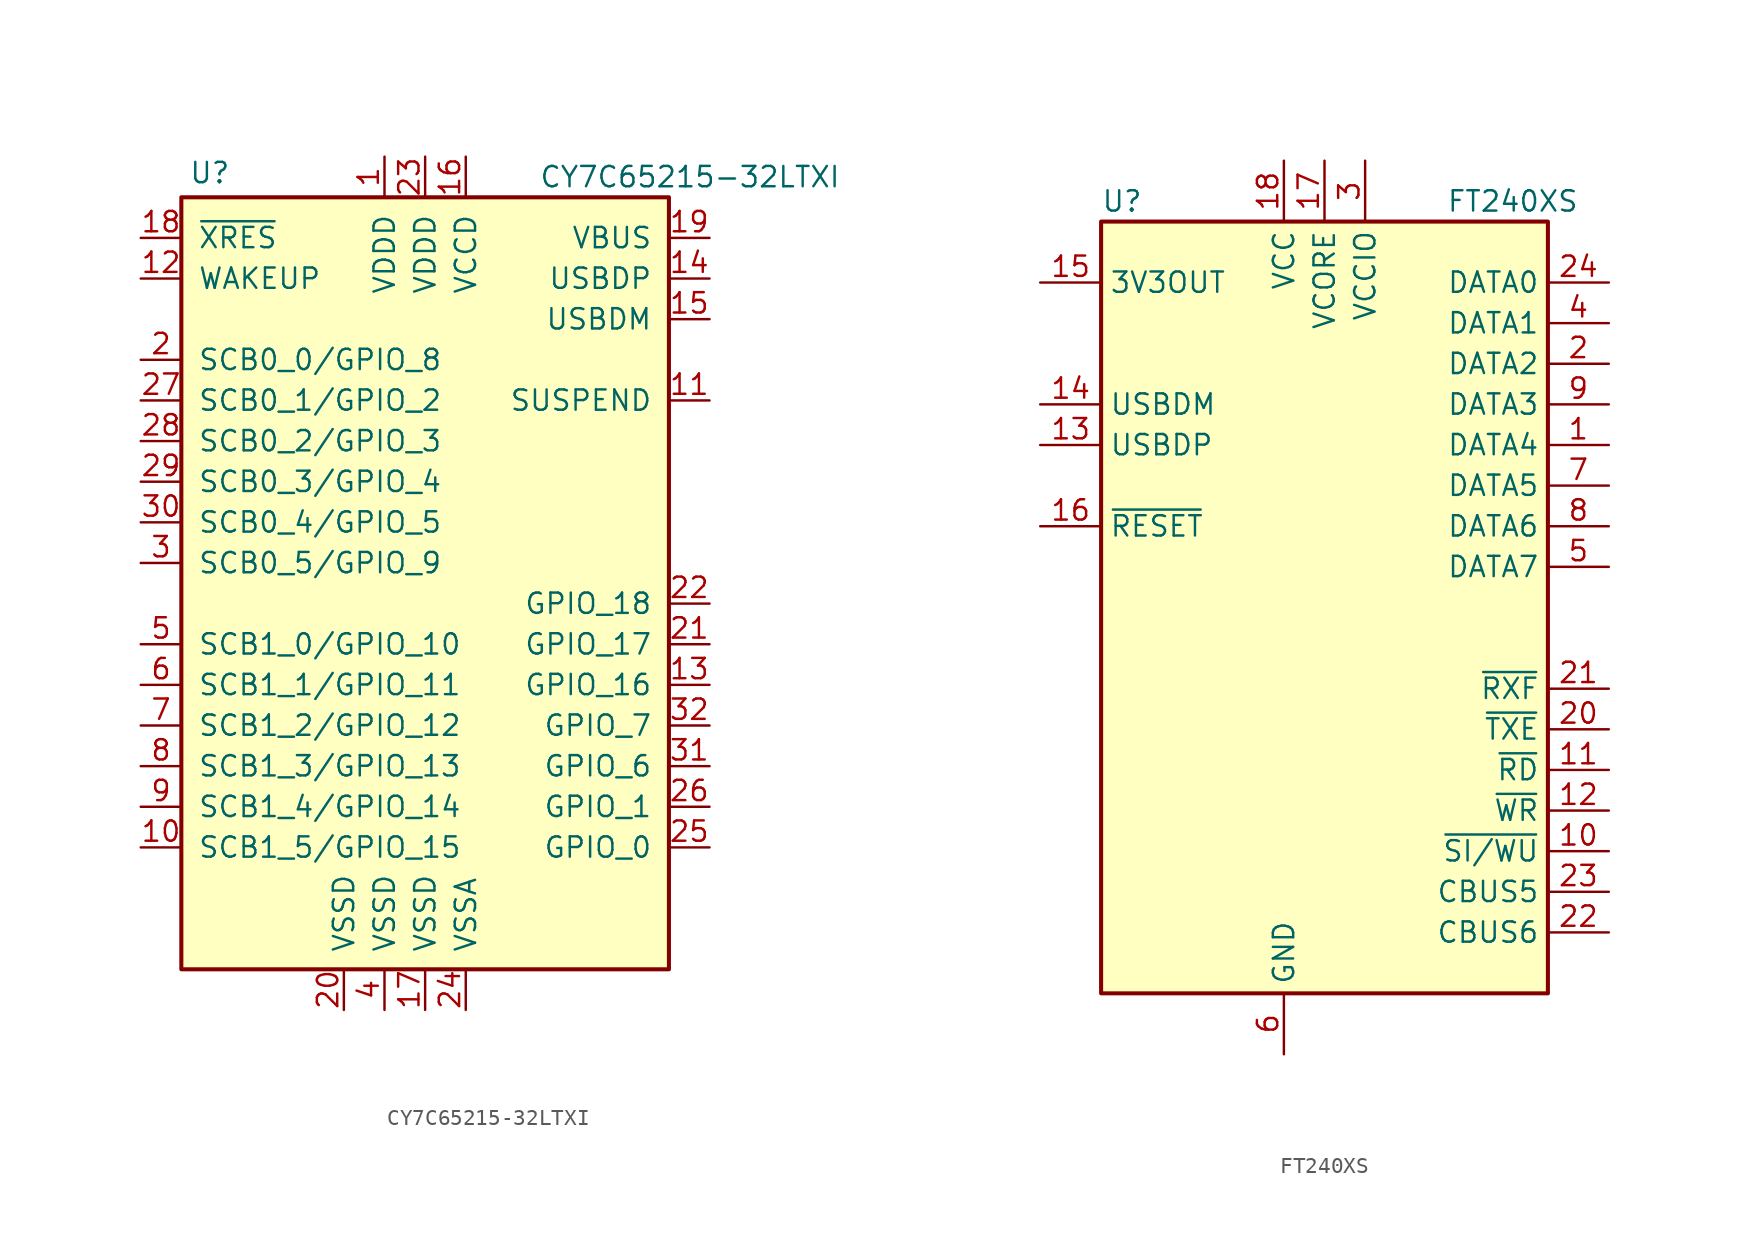
<source format=kicad_sym>
(kicad_symbol_lib
  (version 20211014)
  (generator kicad_symbol_editor)
  (symbol "CY7C65215-32LTXI"
    (pin_names
      (offset 1.016))
    (property "Reference" "U"
      (at -13.462 21.844 0)
      (effects (font (size 1.27 1.27))))
    (property "Value" "CY7C65215-32LTXI"
      (at 7.112 21.59 0)
      (effects (font (size 1.27 1.27)) (justify left)))
    (symbol "CY7C65215-32LTXI_0_1"
      (rectangle (start -15.24 20.32) (end 15.24 -27.94) (stroke (width 0.254) (type default) (color 0 0 0 0)) (fill (type background))))
    (symbol "CY7C65215-32LTXI_1_1"
      (pin power_in line (at -2.54 22.86 270) (length 2.54) (name "VDDD" (effects (font (size 1.27 1.27)))) (number "1" (effects (font (size 1.27 1.27)))))
      (pin bidirectional line (at -17.78 -20.32 0) (length 2.54) (name "SCB1_5/GPIO_15" (effects (font (size 1.27 1.27)))) (number "10" (effects (font (size 1.27 1.27)))))
      (pin output line (at 17.78 7.62 180) (length 2.54) (name "SUSPEND" (effects (font (size 1.27 1.27)))) (number "11" (effects (font (size 1.27 1.27)))))
      (pin input line (at -17.78 15.24 0) (length 2.54) (name "WAKEUP" (effects (font (size 1.27 1.27)))) (number "12" (effects (font (size 1.27 1.27)))))
      (pin tri_state line (at 17.78 -10.16 180) (length 2.54) (name "GPIO_16" (effects (font (size 1.27 1.27)))) (number "13" (effects (font (size 1.27 1.27)))))
      (pin bidirectional line (at 17.78 15.24 180) (length 2.54) (name "USBDP" (effects (font (size 1.27 1.27)))) (number "14" (effects (font (size 1.27 1.27)))))
      (pin bidirectional line (at 17.78 12.7 180) (length 2.54) (name "USBDM" (effects (font (size 1.27 1.27)))) (number "15" (effects (font (size 1.27 1.27)))))
      (pin power_in line (at 2.54 22.86 270) (length 2.54) (name "VCCD" (effects (font (size 1.27 1.27)))) (number "16" (effects (font (size 1.27 1.27)))))
      (pin power_in line (at 0 -30.48 90) (length 2.54) (name "VSSD" (effects (font (size 1.27 1.27)))) (number "17" (effects (font (size 1.27 1.27)))))
      (pin input line (at -17.78 17.78 0) (length 2.54) (name "~{XRES}" (effects (font (size 1.27 1.27)))) (number "18" (effects (font (size 1.27 1.27)))))
      (pin power_out line (at 17.78 17.78 180) (length 2.54) (name "VBUS" (effects (font (size 1.27 1.27)))) (number "19" (effects (font (size 1.27 1.27)))))
      (pin bidirectional line (at -17.78 10.16 0) (length 2.54) (name "SCB0_0/GPIO_8" (effects (font (size 1.27 1.27)))) (number "2" (effects (font (size 1.27 1.27)))))
      (pin power_in line (at -5.08 -30.48 90) (length 2.54) (name "VSSD" (effects (font (size 1.27 1.27)))) (number "20" (effects (font (size 1.27 1.27)))))
      (pin tri_state line (at 17.78 -7.62 180) (length 2.54) (name "GPIO_17" (effects (font (size 1.27 1.27)))) (number "21" (effects (font (size 1.27 1.27)))))
      (pin tri_state line (at 17.78 -5.08 180) (length 2.54) (name "GPIO_18" (effects (font (size 1.27 1.27)))) (number "22" (effects (font (size 1.27 1.27)))))
      (pin power_in line (at 0 22.86 270) (length 2.54) (name "VDDD" (effects (font (size 1.27 1.27)))) (number "23" (effects (font (size 1.27 1.27)))))
      (pin power_in line (at 2.54 -30.48 90) (length 2.54) (name "VSSA" (effects (font (size 1.27 1.27)))) (number "24" (effects (font (size 1.27 1.27)))))
      (pin bidirectional line (at 17.78 -20.32 180) (length 2.54) (name "GPIO_0" (effects (font (size 1.27 1.27)))) (number "25" (effects (font (size 1.27 1.27)))))
      (pin bidirectional line (at 17.78 -17.78 180) (length 2.54) (name "GPIO_1" (effects (font (size 1.27 1.27)))) (number "26" (effects (font (size 1.27 1.27)))))
      (pin bidirectional line (at -17.78 7.62 0) (length 2.54) (name "SCB0_1/GPIO_2" (effects (font (size 1.27 1.27)))) (number "27" (effects (font (size 1.27 1.27)))))
      (pin bidirectional line (at -17.78 5.08 0) (length 2.54) (name "SCB0_2/GPIO_3" (effects (font (size 1.27 1.27)))) (number "28" (effects (font (size 1.27 1.27)))))
      (pin bidirectional line (at -17.78 2.54 0) (length 2.54) (name "SCB0_3/GPIO_4" (effects (font (size 1.27 1.27)))) (number "29" (effects (font (size 1.27 1.27)))))
      (pin bidirectional line (at -17.78 -2.54 0) (length 2.54) (name "SCB0_5/GPIO_9" (effects (font (size 1.27 1.27)))) (number "3" (effects (font (size 1.27 1.27)))))
      (pin bidirectional line (at -17.78 0 0) (length 2.54) (name "SCB0_4/GPIO_5" (effects (font (size 1.27 1.27)))) (number "30" (effects (font (size 1.27 1.27)))))
      (pin bidirectional line (at 17.78 -15.24 180) (length 2.54) (name "GPIO_6" (effects (font (size 1.27 1.27)))) (number "31" (effects (font (size 1.27 1.27)))))
      (pin bidirectional line (at 17.78 -12.7 180) (length 2.54) (name "GPIO_7" (effects (font (size 1.27 1.27)))) (number "32" (effects (font (size 1.27 1.27)))))
      (pin no_connect line (at -15.24 -25.4 0) (length 2.54) hide (name "1EP" (effects (font (size 1.27 1.27)))) (number "33" (effects (font (size 1.27 1.27)))))
      (pin power_in line (at -2.54 -30.48 90) (length 2.54) (name "VSSD" (effects (font (size 1.27 1.27)))) (number "4" (effects (font (size 1.27 1.27)))))
      (pin bidirectional line (at -17.78 -7.62 0) (length 2.54) (name "SCB1_0/GPIO_10" (effects (font (size 1.27 1.27)))) (number "5" (effects (font (size 1.27 1.27)))))
      (pin bidirectional line (at -17.78 -10.16 0) (length 2.54) (name "SCB1_1/GPIO_11" (effects (font (size 1.27 1.27)))) (number "6" (effects (font (size 1.27 1.27)))))
      (pin bidirectional line (at -17.78 -12.7 0) (length 2.54) (name "SCB1_2/GPIO_12" (effects (font (size 1.27 1.27)))) (number "7" (effects (font (size 1.27 1.27)))))
      (pin bidirectional line (at -17.78 -15.24 0) (length 2.54) (name "SCB1_3/GPIO_13" (effects (font (size 1.27 1.27)))) (number "8" (effects (font (size 1.27 1.27)))))
      (pin bidirectional line (at -17.78 -17.78 0) (length 2.54) (name "SCB1_4/GPIO_14" (effects (font (size 1.27 1.27)))) (number "9" (effects (font (size 1.27 1.27)))))))
  (symbol "FT240XS"
    (property "Reference" "U"
      (at -13.97 25.4 0)
      (effects (font (size 1.27 1.27)) (justify left)))
    (property "Value" "FT240XS"
      (at 7.62 25.4 0)
      (effects (font (size 1.27 1.27)) (justify left)))
    (symbol "FT240XS_0_1"
      (rectangle (start 13.97 -24.13) (end -13.97 24.13) (stroke (width 0.254) (type default) (color 0 0 0 0)) (fill (type background))))
    (symbol "FT240XS_1_1"
      (pin bidirectional line (at 17.78 10.16 180) (length 3.81) (name "DATA4" (effects (font (size 1.27 1.27)))) (number "1" (effects (font (size 1.27 1.27)))))
      (pin input line (at 17.78 -15.24 180) (length 3.81) (name "~{SI/WU}" (effects (font (size 1.27 1.27)))) (number "10" (effects (font (size 1.27 1.27)))))
      (pin input line (at 17.78 -10.16 180) (length 3.81) (name "~{RD}" (effects (font (size 1.27 1.27)))) (number "11" (effects (font (size 1.27 1.27)))))
      (pin input line (at 17.78 -12.7 180) (length 3.81) (name "~{WR}" (effects (font (size 1.27 1.27)))) (number "12" (effects (font (size 1.27 1.27)))))
      (pin bidirectional line (at -17.78 10.16 0) (length 3.81) (name "USBDP" (effects (font (size 1.27 1.27)))) (number "13" (effects (font (size 1.27 1.27)))))
      (pin bidirectional line (at -17.78 12.7 0) (length 3.81) (name "USBDM" (effects (font (size 1.27 1.27)))) (number "14" (effects (font (size 1.27 1.27)))))
      (pin power_out line (at -17.78 20.32 0) (length 3.81) (name "3V3OUT" (effects (font (size 1.27 1.27)))) (number "15" (effects (font (size 1.27 1.27)))))
      (pin input line (at -17.78 5.08 0) (length 3.81) (name "~{RESET}" (effects (font (size 1.27 1.27)))) (number "16" (effects (font (size 1.27 1.27)))))
      (pin power_out line (at 0 27.94 270) (length 3.81) (name "VCORE" (effects (font (size 1.27 1.27)))) (number "17" (effects (font (size 1.27 1.27)))))
      (pin power_in line (at -2.54 27.94 270) (length 3.81) (name "VCC" (effects (font (size 1.27 1.27)))) (number "18" (effects (font (size 1.27 1.27)))))
      (pin passive line (at -2.54 -27.94 90) (length 3.81) hide (name "GND" (effects (font (size 1.27 1.27)))) (number "19" (effects (font (size 1.27 1.27)))))
      (pin bidirectional line (at 17.78 15.24 180) (length 3.81) (name "DATA2" (effects (font (size 1.27 1.27)))) (number "2" (effects (font (size 1.27 1.27)))))
      (pin output line (at 17.78 -7.62 180) (length 3.81) (name "~{TXE}" (effects (font (size 1.27 1.27)))) (number "20" (effects (font (size 1.27 1.27)))))
      (pin output line (at 17.78 -5.08 180) (length 3.81) (name "~{RXF}" (effects (font (size 1.27 1.27)))) (number "21" (effects (font (size 1.27 1.27)))))
      (pin bidirectional line (at 17.78 -20.32 180) (length 3.81) (name "CBUS6" (effects (font (size 1.27 1.27)))) (number "22" (effects (font (size 1.27 1.27)))))
      (pin bidirectional line (at 17.78 -17.78 180) (length 3.81) (name "CBUS5" (effects (font (size 1.27 1.27)))) (number "23" (effects (font (size 1.27 1.27)))))
      (pin bidirectional line (at 17.78 20.32 180) (length 3.81) (name "DATA0" (effects (font (size 1.27 1.27)))) (number "24" (effects (font (size 1.27 1.27)))))
      (pin power_in line (at 2.54 27.94 270) (length 3.81) (name "VCCIO" (effects (font (size 1.27 1.27)))) (number "3" (effects (font (size 1.27 1.27)))))
      (pin bidirectional line (at 17.78 17.78 180) (length 3.81) (name "DATA1" (effects (font (size 1.27 1.27)))) (number "4" (effects (font (size 1.27 1.27)))))
      (pin bidirectional line (at 17.78 2.54 180) (length 3.81) (name "DATA7" (effects (font (size 1.27 1.27)))) (number "5" (effects (font (size 1.27 1.27)))))
      (pin power_in line (at -2.54 -27.94 90) (length 3.81) (name "GND" (effects (font (size 1.27 1.27)))) (number "6" (effects (font (size 1.27 1.27)))))
      (pin bidirectional line (at 17.78 7.62 180) (length 3.81) (name "DATA5" (effects (font (size 1.27 1.27)))) (number "7" (effects (font (size 1.27 1.27)))))
      (pin bidirectional line (at 17.78 5.08 180) (length 3.81) (name "DATA6" (effects (font (size 1.27 1.27)))) (number "8" (effects (font (size 1.27 1.27)))))
      (pin bidirectional line (at 17.78 12.7 180) (length 3.81) (name "DATA3" (effects (font (size 1.27 1.27)))) (number "9" (effects (font (size 1.27 1.27))))))))
</source>
